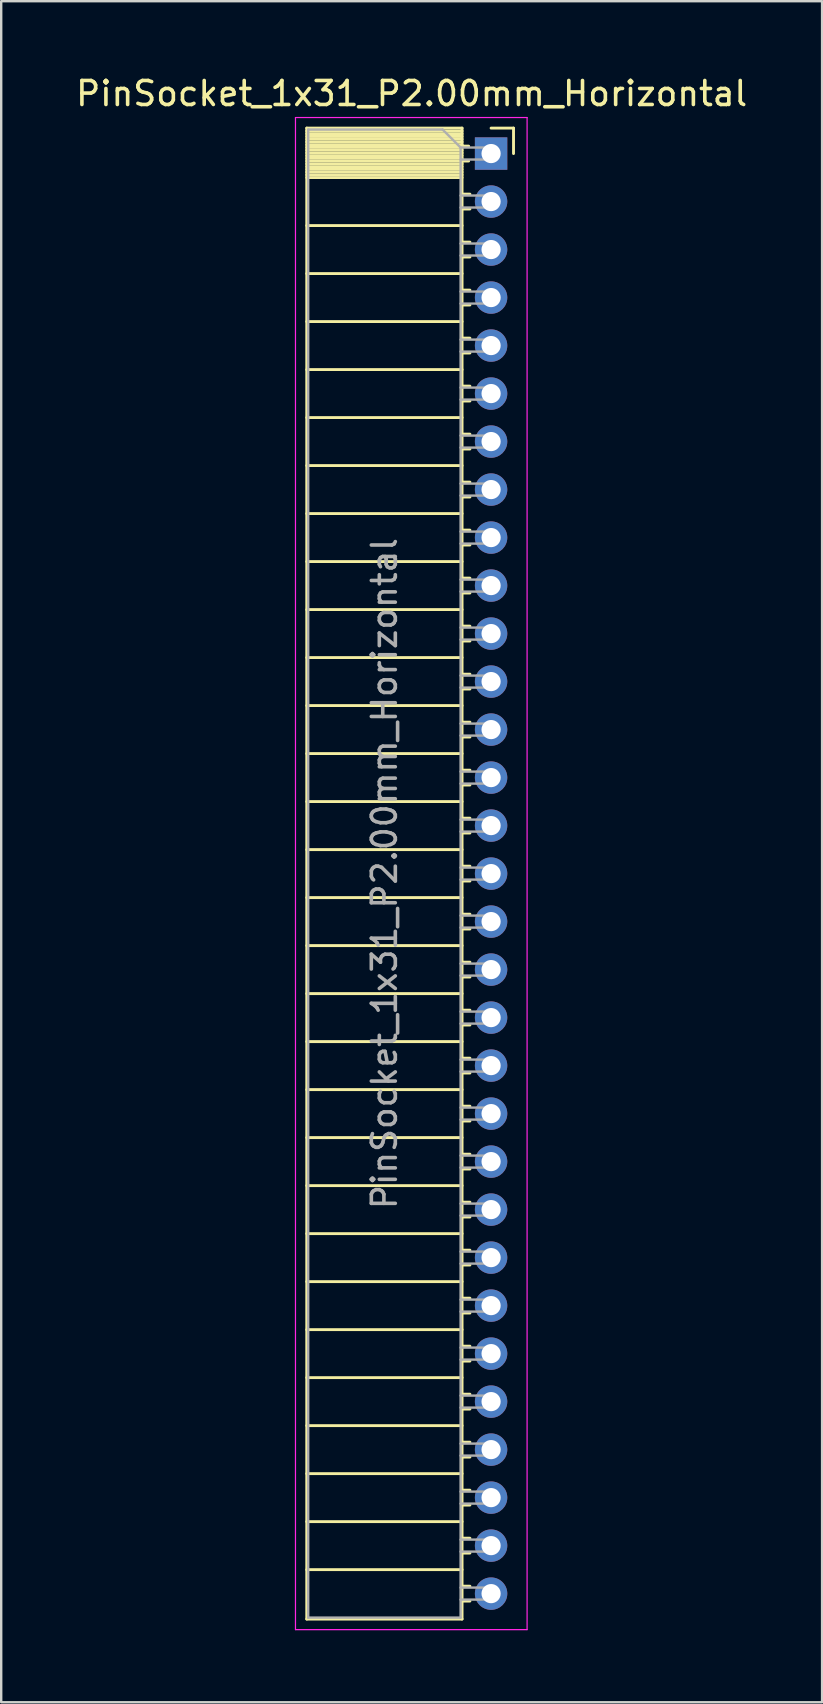
<source format=kicad_pcb>
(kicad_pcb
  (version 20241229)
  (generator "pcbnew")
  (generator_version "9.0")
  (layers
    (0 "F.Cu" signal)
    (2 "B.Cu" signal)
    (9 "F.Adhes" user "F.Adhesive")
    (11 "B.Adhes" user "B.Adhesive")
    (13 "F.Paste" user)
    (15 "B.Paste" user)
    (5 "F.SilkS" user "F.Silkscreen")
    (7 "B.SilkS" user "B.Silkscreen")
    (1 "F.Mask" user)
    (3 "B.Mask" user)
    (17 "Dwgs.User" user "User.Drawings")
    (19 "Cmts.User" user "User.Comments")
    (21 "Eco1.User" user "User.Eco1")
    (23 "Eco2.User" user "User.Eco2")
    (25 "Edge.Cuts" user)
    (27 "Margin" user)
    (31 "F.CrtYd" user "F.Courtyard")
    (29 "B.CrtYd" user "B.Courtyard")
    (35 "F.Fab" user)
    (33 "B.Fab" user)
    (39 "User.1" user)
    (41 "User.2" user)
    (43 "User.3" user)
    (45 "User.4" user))
  (footprint "PinSocket_1x31_P2.00mm_Horizontal"
    (layer "F.Cu")
    (at 17.411 3.348)
    (property "Reference" "PinSocket_1x31_P2.00mm_Horizontal" (at -3.31 -2.5 0) (layer "F.SilkS") (effects (font (size 1 1) (thickness 0.15))))
    (attr through_hole)
    (fp_line (start -7.68 -1.06) (end -7.68 61.06) (stroke (width 0.12) (type solid)) (layer "F.SilkS"))
    (fp_line (start -7.68 -1.06) (end -1.21 -1.06) (stroke (width 0.12) (type solid)) (layer "F.SilkS"))
    (fp_line (start -7.68 -0.94) (end -1.21 -0.94) (stroke (width 0.12) (type solid)) (layer "F.SilkS"))
    (fp_line (start -7.68 -0.826) (end -1.21 -0.826) (stroke (width 0.12) (type solid)) (layer "F.SilkS"))
    (fp_line (start -7.68 -0.712) (end -1.21 -0.712) (stroke (width 0.12) (type solid)) (layer "F.SilkS"))
    (fp_line (start -7.68 -0.598) (end -1.21 -0.598) (stroke (width 0.12) (type solid)) (layer "F.SilkS"))
    (fp_line (start -7.68 -0.484) (end -1.21 -0.484) (stroke (width 0.12) (type solid)) (layer "F.SilkS"))
    (fp_line (start -7.68 -0.369) (end -1.21 -0.369) (stroke (width 0.12) (type solid)) (layer "F.SilkS"))
    (fp_line (start -7.68 -0.255) (end -1.21 -0.255) (stroke (width 0.12) (type solid)) (layer "F.SilkS"))
    (fp_line (start -7.68 -0.141) (end -1.21 -0.141) (stroke (width 0.12) (type solid)) (layer "F.SilkS"))
    (fp_line (start -7.68 -0.027) (end -1.21 -0.027) (stroke (width 0.12) (type solid)) (layer "F.SilkS"))
    (fp_line (start -7.68 0.087) (end -1.21 0.087) (stroke (width 0.12) (type solid)) (layer "F.SilkS"))
    (fp_line (start -7.68 0.201) (end -1.21 0.201) (stroke (width 0.12) (type solid)) (layer "F.SilkS"))
    (fp_line (start -7.68 0.315) (end -1.21 0.315) (stroke (width 0.12) (type solid)) (layer "F.SilkS"))
    (fp_line (start -7.68 0.429) (end -1.21 0.429) (stroke (width 0.12) (type solid)) (layer "F.SilkS"))
    (fp_line (start -7.68 0.544) (end -1.21 0.544) (stroke (width 0.12) (type solid)) (layer "F.SilkS"))
    (fp_line (start -7.68 0.658) (end -1.21 0.658) (stroke (width 0.12) (type solid)) (layer "F.SilkS"))
    (fp_line (start -7.68 0.772) (end -1.21 0.772) (stroke (width 0.12) (type solid)) (layer "F.SilkS"))
    (fp_line (start -7.68 0.886) (end -1.21 0.886) (stroke (width 0.12) (type solid)) (layer "F.SilkS"))
    (fp_line (start -7.68 1) (end -1.21 1) (stroke (width 0.12) (type solid)) (layer "F.SilkS"))
    (fp_line (start -7.68 3) (end -1.21 3) (stroke (width 0.12) (type solid)) (layer "F.SilkS"))
    (fp_line (start -7.68 5) (end -1.21 5) (stroke (width 0.12) (type solid)) (layer "F.SilkS"))
    (fp_line (start -7.68 7) (end -1.21 7) (stroke (width 0.12) (type solid)) (layer "F.SilkS"))
    (fp_line (start -7.68 9) (end -1.21 9) (stroke (width 0.12) (type solid)) (layer "F.SilkS"))
    (fp_line (start -7.68 11) (end -1.21 11) (stroke (width 0.12) (type solid)) (layer "F.SilkS"))
    (fp_line (start -7.68 13) (end -1.21 13) (stroke (width 0.12) (type solid)) (layer "F.SilkS"))
    (fp_line (start -7.68 15) (end -1.21 15) (stroke (width 0.12) (type solid)) (layer "F.SilkS"))
    (fp_line (start -7.68 17) (end -1.21 17) (stroke (width 0.12) (type solid)) (layer "F.SilkS"))
    (fp_line (start -7.68 19) (end -1.21 19) (stroke (width 0.12) (type solid)) (layer "F.SilkS"))
    (fp_line (start -7.68 21) (end -1.21 21) (stroke (width 0.12) (type solid)) (layer "F.SilkS"))
    (fp_line (start -7.68 23) (end -1.21 23) (stroke (width 0.12) (type solid)) (layer "F.SilkS"))
    (fp_line (start -7.68 25) (end -1.21 25) (stroke (width 0.12) (type solid)) (layer "F.SilkS"))
    (fp_line (start -7.68 27) (end -1.21 27) (stroke (width 0.12) (type solid)) (layer "F.SilkS"))
    (fp_line (start -7.68 29) (end -1.21 29) (stroke (width 0.12) (type solid)) (layer "F.SilkS"))
    (fp_line (start -7.68 31) (end -1.21 31) (stroke (width 0.12) (type solid)) (layer "F.SilkS"))
    (fp_line (start -7.68 33) (end -1.21 33) (stroke (width 0.12) (type solid)) (layer "F.SilkS"))
    (fp_line (start -7.68 35) (end -1.21 35) (stroke (width 0.12) (type solid)) (layer "F.SilkS"))
    (fp_line (start -7.68 37) (end -1.21 37) (stroke (width 0.12) (type solid)) (layer "F.SilkS"))
    (fp_line (start -7.68 39) (end -1.21 39) (stroke (width 0.12) (type solid)) (layer "F.SilkS"))
    (fp_line (start -7.68 41) (end -1.21 41) (stroke (width 0.12) (type solid)) (layer "F.SilkS"))
    (fp_line (start -7.68 43) (end -1.21 43) (stroke (width 0.12) (type solid)) (layer "F.SilkS"))
    (fp_line (start -7.68 45) (end -1.21 45) (stroke (width 0.12) (type solid)) (layer "F.SilkS"))
    (fp_line (start -7.68 47) (end -1.21 47) (stroke (width 0.12) (type solid)) (layer "F.SilkS"))
    (fp_line (start -7.68 49) (end -1.21 49) (stroke (width 0.12) (type solid)) (layer "F.SilkS"))
    (fp_line (start -7.68 51) (end -1.21 51) (stroke (width 0.12) (type solid)) (layer "F.SilkS"))
    (fp_line (start -7.68 53) (end -1.21 53) (stroke (width 0.12) (type solid)) (layer "F.SilkS"))
    (fp_line (start -7.68 55) (end -1.21 55) (stroke (width 0.12) (type solid)) (layer "F.SilkS"))
    (fp_line (start -7.68 57) (end -1.21 57) (stroke (width 0.12) (type solid)) (layer "F.SilkS"))
    (fp_line (start -7.68 59) (end -1.21 59) (stroke (width 0.12) (type solid)) (layer "F.SilkS"))
    (fp_line (start -7.68 61.06) (end -1.21 61.06) (stroke (width 0.12) (type solid)) (layer "F.SilkS"))
    (fp_line (start -1.21 -1.06) (end -1.21 61.06) (stroke (width 0.12) (type solid)) (layer "F.SilkS"))
    (fp_line (start -1.21 -0.31) (end -0.935 -0.31) (stroke (width 0.12) (type solid)) (layer "F.SilkS"))
    (fp_line (start -1.21 0.31) (end -0.935 0.31) (stroke (width 0.12) (type solid)) (layer "F.SilkS"))
    (fp_line (start -1.21 1.69) (end -0.882 1.69) (stroke (width 0.12) (type solid)) (layer "F.SilkS"))
    (fp_line (start -1.21 2.31) (end -0.882 2.31) (stroke (width 0.12) (type solid)) (layer "F.SilkS"))
    (fp_line (start -1.21 3.69) (end -0.882 3.69) (stroke (width 0.12) (type solid)) (layer "F.SilkS"))
    (fp_line (start -1.21 4.31) (end -0.882 4.31) (stroke (width 0.12) (type solid)) (layer "F.SilkS"))
    (fp_line (start -1.21 5.69) (end -0.882 5.69) (stroke (width 0.12) (type solid)) (layer "F.SilkS"))
    (fp_line (start -1.21 6.31) (end -0.882 6.31) (stroke (width 0.12) (type solid)) (layer "F.SilkS"))
    (fp_line (start -1.21 7.69) (end -0.882 7.69) (stroke (width 0.12) (type solid)) (layer "F.SilkS"))
    (fp_line (start -1.21 8.31) (end -0.882 8.31) (stroke (width 0.12) (type solid)) (layer "F.SilkS"))
    (fp_line (start -1.21 9.69) (end -0.882 9.69) (stroke (width 0.12) (type solid)) (layer "F.SilkS"))
    (fp_line (start -1.21 10.31) (end -0.882 10.31) (stroke (width 0.12) (type solid)) (layer "F.SilkS"))
    (fp_line (start -1.21 11.69) (end -0.882 11.69) (stroke (width 0.12) (type solid)) (layer "F.SilkS"))
    (fp_line (start -1.21 12.31) (end -0.882 12.31) (stroke (width 0.12) (type solid)) (layer "F.SilkS"))
    (fp_line (start -1.21 13.69) (end -0.882 13.69) (stroke (width 0.12) (type solid)) (layer "F.SilkS"))
    (fp_line (start -1.21 14.31) (end -0.882 14.31) (stroke (width 0.12) (type solid)) (layer "F.SilkS"))
    (fp_line (start -1.21 15.69) (end -0.882 15.69) (stroke (width 0.12) (type solid)) (layer "F.SilkS"))
    (fp_line (start -1.21 16.31) (end -0.882 16.31) (stroke (width 0.12) (type solid)) (layer "F.SilkS"))
    (fp_line (start -1.21 17.69) (end -0.882 17.69) (stroke (width 0.12) (type solid)) (layer "F.SilkS"))
    (fp_line (start -1.21 18.31) (end -0.882 18.31) (stroke (width 0.12) (type solid)) (layer "F.SilkS"))
    (fp_line (start -1.21 19.69) (end -0.882 19.69) (stroke (width 0.12) (type solid)) (layer "F.SilkS"))
    (fp_line (start -1.21 20.31) (end -0.882 20.31) (stroke (width 0.12) (type solid)) (layer "F.SilkS"))
    (fp_line (start -1.21 21.69) (end -0.882 21.69) (stroke (width 0.12) (type solid)) (layer "F.SilkS"))
    (fp_line (start -1.21 22.31) (end -0.882 22.31) (stroke (width 0.12) (type solid)) (layer "F.SilkS"))
    (fp_line (start -1.21 23.69) (end -0.882 23.69) (stroke (width 0.12) (type solid)) (layer "F.SilkS"))
    (fp_line (start -1.21 24.31) (end -0.882 24.31) (stroke (width 0.12) (type solid)) (layer "F.SilkS"))
    (fp_line (start -1.21 25.69) (end -0.882 25.69) (stroke (width 0.12) (type solid)) (layer "F.SilkS"))
    (fp_line (start -1.21 26.31) (end -0.882 26.31) (stroke (width 0.12) (type solid)) (layer "F.SilkS"))
    (fp_line (start -1.21 27.69) (end -0.882 27.69) (stroke (width 0.12) (type solid)) (layer "F.SilkS"))
    (fp_line (start -1.21 28.31) (end -0.882 28.31) (stroke (width 0.12) (type solid)) (layer "F.SilkS"))
    (fp_line (start -1.21 29.69) (end -0.882 29.69) (stroke (width 0.12) (type solid)) (layer "F.SilkS"))
    (fp_line (start -1.21 30.31) (end -0.882 30.31) (stroke (width 0.12) (type solid)) (layer "F.SilkS"))
    (fp_line (start -1.21 31.69) (end -0.882 31.69) (stroke (width 0.12) (type solid)) (layer "F.SilkS"))
    (fp_line (start -1.21 32.31) (end -0.882 32.31) (stroke (width 0.12) (type solid)) (layer "F.SilkS"))
    (fp_line (start -1.21 33.69) (end -0.882 33.69) (stroke (width 0.12) (type solid)) (layer "F.SilkS"))
    (fp_line (start -1.21 34.31) (end -0.882 34.31) (stroke (width 0.12) (type solid)) (layer "F.SilkS"))
    (fp_line (start -1.21 35.69) (end -0.882 35.69) (stroke (width 0.12) (type solid)) (layer "F.SilkS"))
    (fp_line (start -1.21 36.31) (end -0.882 36.31) (stroke (width 0.12) (type solid)) (layer "F.SilkS"))
    (fp_line (start -1.21 37.69) (end -0.882 37.69) (stroke (width 0.12) (type solid)) (layer "F.SilkS"))
    (fp_line (start -1.21 38.31) (end -0.882 38.31) (stroke (width 0.12) (type solid)) (layer "F.SilkS"))
    (fp_line (start -1.21 39.69) (end -0.882 39.69) (stroke (width 0.12) (type solid)) (layer "F.SilkS"))
    (fp_line (start -1.21 40.31) (end -0.882 40.31) (stroke (width 0.12) (type solid)) (layer "F.SilkS"))
    (fp_line (start -1.21 41.69) (end -0.882 41.69) (stroke (width 0.12) (type solid)) (layer "F.SilkS"))
    (fp_line (start -1.21 42.31) (end -0.882 42.31) (stroke (width 0.12) (type solid)) (layer "F.SilkS"))
    (fp_line (start -1.21 43.69) (end -0.882 43.69) (stroke (width 0.12) (type solid)) (layer "F.SilkS"))
    (fp_line (start -1.21 44.31) (end -0.882 44.31) (stroke (width 0.12) (type solid)) (layer "F.SilkS"))
    (fp_line (start -1.21 45.69) (end -0.882 45.69) (stroke (width 0.12) (type solid)) (layer "F.SilkS"))
    (fp_line (start -1.21 46.31) (end -0.882 46.31) (stroke (width 0.12) (type solid)) (layer "F.SilkS"))
    (fp_line (start -1.21 47.69) (end -0.882 47.69) (stroke (width 0.12) (type solid)) (layer "F.SilkS"))
    (fp_line (start -1.21 48.31) (end -0.882 48.31) (stroke (width 0.12) (type solid)) (layer "F.SilkS"))
    (fp_line (start -1.21 49.69) (end -0.882 49.69) (stroke (width 0.12) (type solid)) (layer "F.SilkS"))
    (fp_line (start -1.21 50.31) (end -0.882 50.31) (stroke (width 0.12) (type solid)) (layer "F.SilkS"))
    (fp_line (start -1.21 51.69) (end -0.882 51.69) (stroke (width 0.12) (type solid)) (layer "F.SilkS"))
    (fp_line (start -1.21 52.31) (end -0.882 52.31) (stroke (width 0.12) (type solid)) (layer "F.SilkS"))
    (fp_line (start -1.21 53.69) (end -0.882 53.69) (stroke (width 0.12) (type solid)) (layer "F.SilkS"))
    (fp_line (start -1.21 54.31) (end -0.882 54.31) (stroke (width 0.12) (type solid)) (layer "F.SilkS"))
    (fp_line (start -1.21 55.69) (end -0.882 55.69) (stroke (width 0.12) (type solid)) (layer "F.SilkS"))
    (fp_line (start -1.21 56.31) (end -0.882 56.31) (stroke (width 0.12) (type solid)) (layer "F.SilkS"))
    (fp_line (start -1.21 57.69) (end -0.882 57.69) (stroke (width 0.12) (type solid)) (layer "F.SilkS"))
    (fp_line (start -1.21 58.31) (end -0.882 58.31) (stroke (width 0.12) (type solid)) (layer "F.SilkS"))
    (fp_line (start -1.21 59.69) (end -0.882 59.69) (stroke (width 0.12) (type solid)) (layer "F.SilkS"))
    (fp_line (start -1.21 60.31) (end -0.882 60.31) (stroke (width 0.12) (type solid)) (layer "F.SilkS"))
    (fp_line (start 0 -1.06) (end 0.935 -1.06) (stroke (width 0.12) (type solid)) (layer "F.SilkS"))
    (fp_line (start 0.935 -1.06) (end 0.935 0) (stroke (width 0.12) (type solid)) (layer "F.SilkS"))
    (fp_line (start -8.15 -1.5) (end -8.15 61.5) (stroke (width 0.05) (type solid)) (layer "F.CrtYd"))
    (fp_line (start -8.15 61.5) (end 1.5 61.5) (stroke (width 0.05) (type solid)) (layer "F.CrtYd"))
    (fp_line (start 1.5 -1.5) (end -8.15 -1.5) (stroke (width 0.05) (type solid)) (layer "F.CrtYd"))
    (fp_line (start 1.5 61.5) (end 1.5 -1.5) (stroke (width 0.05) (type solid)) (layer "F.CrtYd"))
    (fp_line (start -7.62 -1) (end -2.02 -1) (stroke (width 0.1) (type solid)) (layer "F.Fab"))
    (fp_line (start -7.62 61) (end -7.62 -1) (stroke (width 0.1) (type solid)) (layer "F.Fab"))
    (fp_line (start -2.02 -1) (end -1.27 -0.25) (stroke (width 0.1) (type solid)) (layer "F.Fab"))
    (fp_line (start -1.27 -0.25) (end -1.27 61) (stroke (width 0.1) (type solid)) (layer "F.Fab"))
    (fp_line (start -1.27 0.25) (end 0 0.25) (stroke (width 0.1) (type solid)) (layer "F.Fab"))
    (fp_line (start -1.27 2.25) (end 0 2.25) (stroke (width 0.1) (type solid)) (layer "F.Fab"))
    (fp_line (start -1.27 4.25) (end 0 4.25) (stroke (width 0.1) (type solid)) (layer "F.Fab"))
    (fp_line (start -1.27 6.25) (end 0 6.25) (stroke (width 0.1) (type solid)) (layer "F.Fab"))
    (fp_line (start -1.27 8.25) (end 0 8.25) (stroke (width 0.1) (type solid)) (layer "F.Fab"))
    (fp_line (start -1.27 10.25) (end 0 10.25) (stroke (width 0.1) (type solid)) (layer "F.Fab"))
    (fp_line (start -1.27 12.25) (end 0 12.25) (stroke (width 0.1) (type solid)) (layer "F.Fab"))
    (fp_line (start -1.27 14.25) (end 0 14.25) (stroke (width 0.1) (type solid)) (layer "F.Fab"))
    (fp_line (start -1.27 16.25) (end 0 16.25) (stroke (width 0.1) (type solid)) (layer "F.Fab"))
    (fp_line (start -1.27 18.25) (end 0 18.25) (stroke (width 0.1) (type solid)) (layer "F.Fab"))
    (fp_line (start -1.27 20.25) (end 0 20.25) (stroke (width 0.1) (type solid)) (layer "F.Fab"))
    (fp_line (start -1.27 22.25) (end 0 22.25) (stroke (width 0.1) (type solid)) (layer "F.Fab"))
    (fp_line (start -1.27 24.25) (end 0 24.25) (stroke (width 0.1) (type solid)) (layer "F.Fab"))
    (fp_line (start -1.27 26.25) (end 0 26.25) (stroke (width 0.1) (type solid)) (layer "F.Fab"))
    (fp_line (start -1.27 28.25) (end 0 28.25) (stroke (width 0.1) (type solid)) (layer "F.Fab"))
    (fp_line (start -1.27 30.25) (end 0 30.25) (stroke (width 0.1) (type solid)) (layer "F.Fab"))
    (fp_line (start -1.27 32.25) (end 0 32.25) (stroke (width 0.1) (type solid)) (layer "F.Fab"))
    (fp_line (start -1.27 34.25) (end 0 34.25) (stroke (width 0.1) (type solid)) (layer "F.Fab"))
    (fp_line (start -1.27 36.25) (end 0 36.25) (stroke (width 0.1) (type solid)) (layer "F.Fab"))
    (fp_line (start -1.27 38.25) (end 0 38.25) (stroke (width 0.1) (type solid)) (layer "F.Fab"))
    (fp_line (start -1.27 40.25) (end 0 40.25) (stroke (width 0.1) (type solid)) (layer "F.Fab"))
    (fp_line (start -1.27 42.25) (end 0 42.25) (stroke (width 0.1) (type solid)) (layer "F.Fab"))
    (fp_line (start -1.27 44.25) (end 0 44.25) (stroke (width 0.1) (type solid)) (layer "F.Fab"))
    (fp_line (start -1.27 46.25) (end 0 46.25) (stroke (width 0.1) (type solid)) (layer "F.Fab"))
    (fp_line (start -1.27 48.25) (end 0 48.25) (stroke (width 0.1) (type solid)) (layer "F.Fab"))
    (fp_line (start -1.27 50.25) (end 0 50.25) (stroke (width 0.1) (type solid)) (layer "F.Fab"))
    (fp_line (start -1.27 52.25) (end 0 52.25) (stroke (width 0.1) (type solid)) (layer "F.Fab"))
    (fp_line (start -1.27 54.25) (end 0 54.25) (stroke (width 0.1) (type solid)) (layer "F.Fab"))
    (fp_line (start -1.27 56.25) (end 0 56.25) (stroke (width 0.1) (type solid)) (layer "F.Fab"))
    (fp_line (start -1.27 58.25) (end 0 58.25) (stroke (width 0.1) (type solid)) (layer "F.Fab"))
    (fp_line (start -1.27 60.25) (end 0 60.25) (stroke (width 0.1) (type solid)) (layer "F.Fab"))
    (fp_line (start -1.27 61) (end -7.62 61) (stroke (width 0.1) (type solid)) (layer "F.Fab"))
    (fp_line (start 0 -0.25) (end -1.27 -0.25) (stroke (width 0.1) (type solid)) (layer "F.Fab"))
    (fp_line (start 0 0.25) (end 0 -0.25) (stroke (width 0.1) (type solid)) (layer "F.Fab"))
    (fp_line (start 0 1.75) (end -1.27 1.75) (stroke (width 0.1) (type solid)) (layer "F.Fab"))
    (fp_line (start 0 2.25) (end 0 1.75) (stroke (width 0.1) (type solid)) (layer "F.Fab"))
    (fp_line (start 0 3.75) (end -1.27 3.75) (stroke (width 0.1) (type solid)) (layer "F.Fab"))
    (fp_line (start 0 4.25) (end 0 3.75) (stroke (width 0.1) (type solid)) (layer "F.Fab"))
    (fp_line (start 0 5.75) (end -1.27 5.75) (stroke (width 0.1) (type solid)) (layer "F.Fab"))
    (fp_line (start 0 6.25) (end 0 5.75) (stroke (width 0.1) (type solid)) (layer "F.Fab"))
    (fp_line (start 0 7.75) (end -1.27 7.75) (stroke (width 0.1) (type solid)) (layer "F.Fab"))
    (fp_line (start 0 8.25) (end 0 7.75) (stroke (width 0.1) (type solid)) (layer "F.Fab"))
    (fp_line (start 0 9.75) (end -1.27 9.75) (stroke (width 0.1) (type solid)) (layer "F.Fab"))
    (fp_line (start 0 10.25) (end 0 9.75) (stroke (width 0.1) (type solid)) (layer "F.Fab"))
    (fp_line (start 0 11.75) (end -1.27 11.75) (stroke (width 0.1) (type solid)) (layer "F.Fab"))
    (fp_line (start 0 12.25) (end 0 11.75) (stroke (width 0.1) (type solid)) (layer "F.Fab"))
    (fp_line (start 0 13.75) (end -1.27 13.75) (stroke (width 0.1) (type solid)) (layer "F.Fab"))
    (fp_line (start 0 14.25) (end 0 13.75) (stroke (width 0.1) (type solid)) (layer "F.Fab"))
    (fp_line (start 0 15.75) (end -1.27 15.75) (stroke (width 0.1) (type solid)) (layer "F.Fab"))
    (fp_line (start 0 16.25) (end 0 15.75) (stroke (width 0.1) (type solid)) (layer "F.Fab"))
    (fp_line (start 0 17.75) (end -1.27 17.75) (stroke (width 0.1) (type solid)) (layer "F.Fab"))
    (fp_line (start 0 18.25) (end 0 17.75) (stroke (width 0.1) (type solid)) (layer "F.Fab"))
    (fp_line (start 0 19.75) (end -1.27 19.75) (stroke (width 0.1) (type solid)) (layer "F.Fab"))
    (fp_line (start 0 20.25) (end 0 19.75) (stroke (width 0.1) (type solid)) (layer "F.Fab"))
    (fp_line (start 0 21.75) (end -1.27 21.75) (stroke (width 0.1) (type solid)) (layer "F.Fab"))
    (fp_line (start 0 22.25) (end 0 21.75) (stroke (width 0.1) (type solid)) (layer "F.Fab"))
    (fp_line (start 0 23.75) (end -1.27 23.75) (stroke (width 0.1) (type solid)) (layer "F.Fab"))
    (fp_line (start 0 24.25) (end 0 23.75) (stroke (width 0.1) (type solid)) (layer "F.Fab"))
    (fp_line (start 0 25.75) (end -1.27 25.75) (stroke (width 0.1) (type solid)) (layer "F.Fab"))
    (fp_line (start 0 26.25) (end 0 25.75) (stroke (width 0.1) (type solid)) (layer "F.Fab"))
    (fp_line (start 0 27.75) (end -1.27 27.75) (stroke (width 0.1) (type solid)) (layer "F.Fab"))
    (fp_line (start 0 28.25) (end 0 27.75) (stroke (width 0.1) (type solid)) (layer "F.Fab"))
    (fp_line (start 0 29.75) (end -1.27 29.75) (stroke (width 0.1) (type solid)) (layer "F.Fab"))
    (fp_line (start 0 30.25) (end 0 29.75) (stroke (width 0.1) (type solid)) (layer "F.Fab"))
    (fp_line (start 0 31.75) (end -1.27 31.75) (stroke (width 0.1) (type solid)) (layer "F.Fab"))
    (fp_line (start 0 32.25) (end 0 31.75) (stroke (width 0.1) (type solid)) (layer "F.Fab"))
    (fp_line (start 0 33.75) (end -1.27 33.75) (stroke (width 0.1) (type solid)) (layer "F.Fab"))
    (fp_line (start 0 34.25) (end 0 33.75) (stroke (width 0.1) (type solid)) (layer "F.Fab"))
    (fp_line (start 0 35.75) (end -1.27 35.75) (stroke (width 0.1) (type solid)) (layer "F.Fab"))
    (fp_line (start 0 36.25) (end 0 35.75) (stroke (width 0.1) (type solid)) (layer "F.Fab"))
    (fp_line (start 0 37.75) (end -1.27 37.75) (stroke (width 0.1) (type solid)) (layer "F.Fab"))
    (fp_line (start 0 38.25) (end 0 37.75) (stroke (width 0.1) (type solid)) (layer "F.Fab"))
    (fp_line (start 0 39.75) (end -1.27 39.75) (stroke (width 0.1) (type solid)) (layer "F.Fab"))
    (fp_line (start 0 40.25) (end 0 39.75) (stroke (width 0.1) (type solid)) (layer "F.Fab"))
    (fp_line (start 0 41.75) (end -1.27 41.75) (stroke (width 0.1) (type solid)) (layer "F.Fab"))
    (fp_line (start 0 42.25) (end 0 41.75) (stroke (width 0.1) (type solid)) (layer "F.Fab"))
    (fp_line (start 0 43.75) (end -1.27 43.75) (stroke (width 0.1) (type solid)) (layer "F.Fab"))
    (fp_line (start 0 44.25) (end 0 43.75) (stroke (width 0.1) (type solid)) (layer "F.Fab"))
    (fp_line (start 0 45.75) (end -1.27 45.75) (stroke (width 0.1) (type solid)) (layer "F.Fab"))
    (fp_line (start 0 46.25) (end 0 45.75) (stroke (width 0.1) (type solid)) (layer "F.Fab"))
    (fp_line (start 0 47.75) (end -1.27 47.75) (stroke (width 0.1) (type solid)) (layer "F.Fab"))
    (fp_line (start 0 48.25) (end 0 47.75) (stroke (width 0.1) (type solid)) (layer "F.Fab"))
    (fp_line (start 0 49.75) (end -1.27 49.75) (stroke (width 0.1) (type solid)) (layer "F.Fab"))
    (fp_line (start 0 50.25) (end 0 49.75) (stroke (width 0.1) (type solid)) (layer "F.Fab"))
    (fp_line (start 0 51.75) (end -1.27 51.75) (stroke (width 0.1) (type solid)) (layer "F.Fab"))
    (fp_line (start 0 52.25) (end 0 51.75) (stroke (width 0.1) (type solid)) (layer "F.Fab"))
    (fp_line (start 0 53.75) (end -1.27 53.75) (stroke (width 0.1) (type solid)) (layer "F.Fab"))
    (fp_line (start 0 54.25) (end 0 53.75) (stroke (width 0.1) (type solid)) (layer "F.Fab"))
    (fp_line (start 0 55.75) (end -1.27 55.75) (stroke (width 0.1) (type solid)) (layer "F.Fab"))
    (fp_line (start 0 56.25) (end 0 55.75) (stroke (width 0.1) (type solid)) (layer "F.Fab"))
    (fp_line (start 0 57.75) (end -1.27 57.75) (stroke (width 0.1) (type solid)) (layer "F.Fab"))
    (fp_line (start 0 58.25) (end 0 57.75) (stroke (width 0.1) (type solid)) (layer "F.Fab"))
    (fp_line (start 0 59.75) (end -1.27 59.75) (stroke (width 0.1) (type solid)) (layer "F.Fab"))
    (fp_line (start 0 60.25) (end 0 59.75) (stroke (width 0.1) (type solid)) (layer "F.Fab"))
    (fp_text user "${REFERENCE}" (at -4.445 30 90) (layer "F.Fab") (effects (font (size 1 1) (thickness 0.15))))
    (pad "1" thru_hole rect (at 0 0) (size 1.35 1.35) (drill 0.8) (layers "*.Cu" "*.Mask"))
    (pad "2" thru_hole oval (at 0 2) (size 1.35 1.35) (drill 0.8) (layers "*.Cu" "*.Mask"))
    (pad "3" thru_hole oval (at 0 4) (size 1.35 1.35) (drill 0.8) (layers "*.Cu" "*.Mask"))
    (pad "4" thru_hole oval (at 0 6) (size 1.35 1.35) (drill 0.8) (layers "*.Cu" "*.Mask"))
    (pad "5" thru_hole oval (at 0 8) (size 1.35 1.35) (drill 0.8) (layers "*.Cu" "*.Mask"))
    (pad "6" thru_hole oval (at 0 10) (size 1.35 1.35) (drill 0.8) (layers "*.Cu" "*.Mask"))
    (pad "7" thru_hole oval (at 0 12) (size 1.35 1.35) (drill 0.8) (layers "*.Cu" "*.Mask"))
    (pad "8" thru_hole oval (at 0 14) (size 1.35 1.35) (drill 0.8) (layers "*.Cu" "*.Mask"))
    (pad "9" thru_hole oval (at 0 16) (size 1.35 1.35) (drill 0.8) (layers "*.Cu" "*.Mask"))
    (pad "10" thru_hole oval (at 0 18) (size 1.35 1.35) (drill 0.8) (layers "*.Cu" "*.Mask"))
    (pad "11" thru_hole oval (at 0 20) (size 1.35 1.35) (drill 0.8) (layers "*.Cu" "*.Mask"))
    (pad "12" thru_hole oval (at 0 22) (size 1.35 1.35) (drill 0.8) (layers "*.Cu" "*.Mask"))
    (pad "13" thru_hole oval (at 0 24) (size 1.35 1.35) (drill 0.8) (layers "*.Cu" "*.Mask"))
    (pad "14" thru_hole oval (at 0 26) (size 1.35 1.35) (drill 0.8) (layers "*.Cu" "*.Mask"))
    (pad "15" thru_hole oval (at 0 28) (size 1.35 1.35) (drill 0.8) (layers "*.Cu" "*.Mask"))
    (pad "16" thru_hole oval (at 0 30) (size 1.35 1.35) (drill 0.8) (layers "*.Cu" "*.Mask"))
    (pad "17" thru_hole oval (at 0 32) (size 1.35 1.35) (drill 0.8) (layers "*.Cu" "*.Mask"))
    (pad "18" thru_hole oval (at 0 34) (size 1.35 1.35) (drill 0.8) (layers "*.Cu" "*.Mask"))
    (pad "19" thru_hole oval (at 0 36) (size 1.35 1.35) (drill 0.8) (layers "*.Cu" "*.Mask"))
    (pad "20" thru_hole oval (at 0 38) (size 1.35 1.35) (drill 0.8) (layers "*.Cu" "*.Mask"))
    (pad "21" thru_hole oval (at 0 40) (size 1.35 1.35) (drill 0.8) (layers "*.Cu" "*.Mask"))
    (pad "22" thru_hole oval (at 0 42) (size 1.35 1.35) (drill 0.8) (layers "*.Cu" "*.Mask"))
    (pad "23" thru_hole oval (at 0 44) (size 1.35 1.35) (drill 0.8) (layers "*.Cu" "*.Mask"))
    (pad "24" thru_hole oval (at 0 46) (size 1.35 1.35) (drill 0.8) (layers "*.Cu" "*.Mask"))
    (pad "25" thru_hole oval (at 0 48) (size 1.35 1.35) (drill 0.8) (layers "*.Cu" "*.Mask"))
    (pad "26" thru_hole oval (at 0 50) (size 1.35 1.35) (drill 0.8) (layers "*.Cu" "*.Mask"))
    (pad "27" thru_hole oval (at 0 52) (size 1.35 1.35) (drill 0.8) (layers "*.Cu" "*.Mask"))
    (pad "28" thru_hole oval (at 0 54) (size 1.35 1.35) (drill 0.8) (layers "*.Cu" "*.Mask"))
    (pad "29" thru_hole oval (at 0 56) (size 1.35 1.35) (drill 0.8) (layers "*.Cu" "*.Mask"))
    (pad "30" thru_hole oval (at 0 58) (size 1.35 1.35) (drill 0.8) (layers "*.Cu" "*.Mask"))
    (pad "31" thru_hole oval (at 0 60) (size 1.35 1.35) (drill 0.8) (layers "*.Cu" "*.Mask")))
  (gr_rect
    (start -3 -3)
    (end 31.202 67.873)
    (stroke (width 0.1) (type default))
    (fill no)
    (layer "Edge.Cuts")))
</source>
